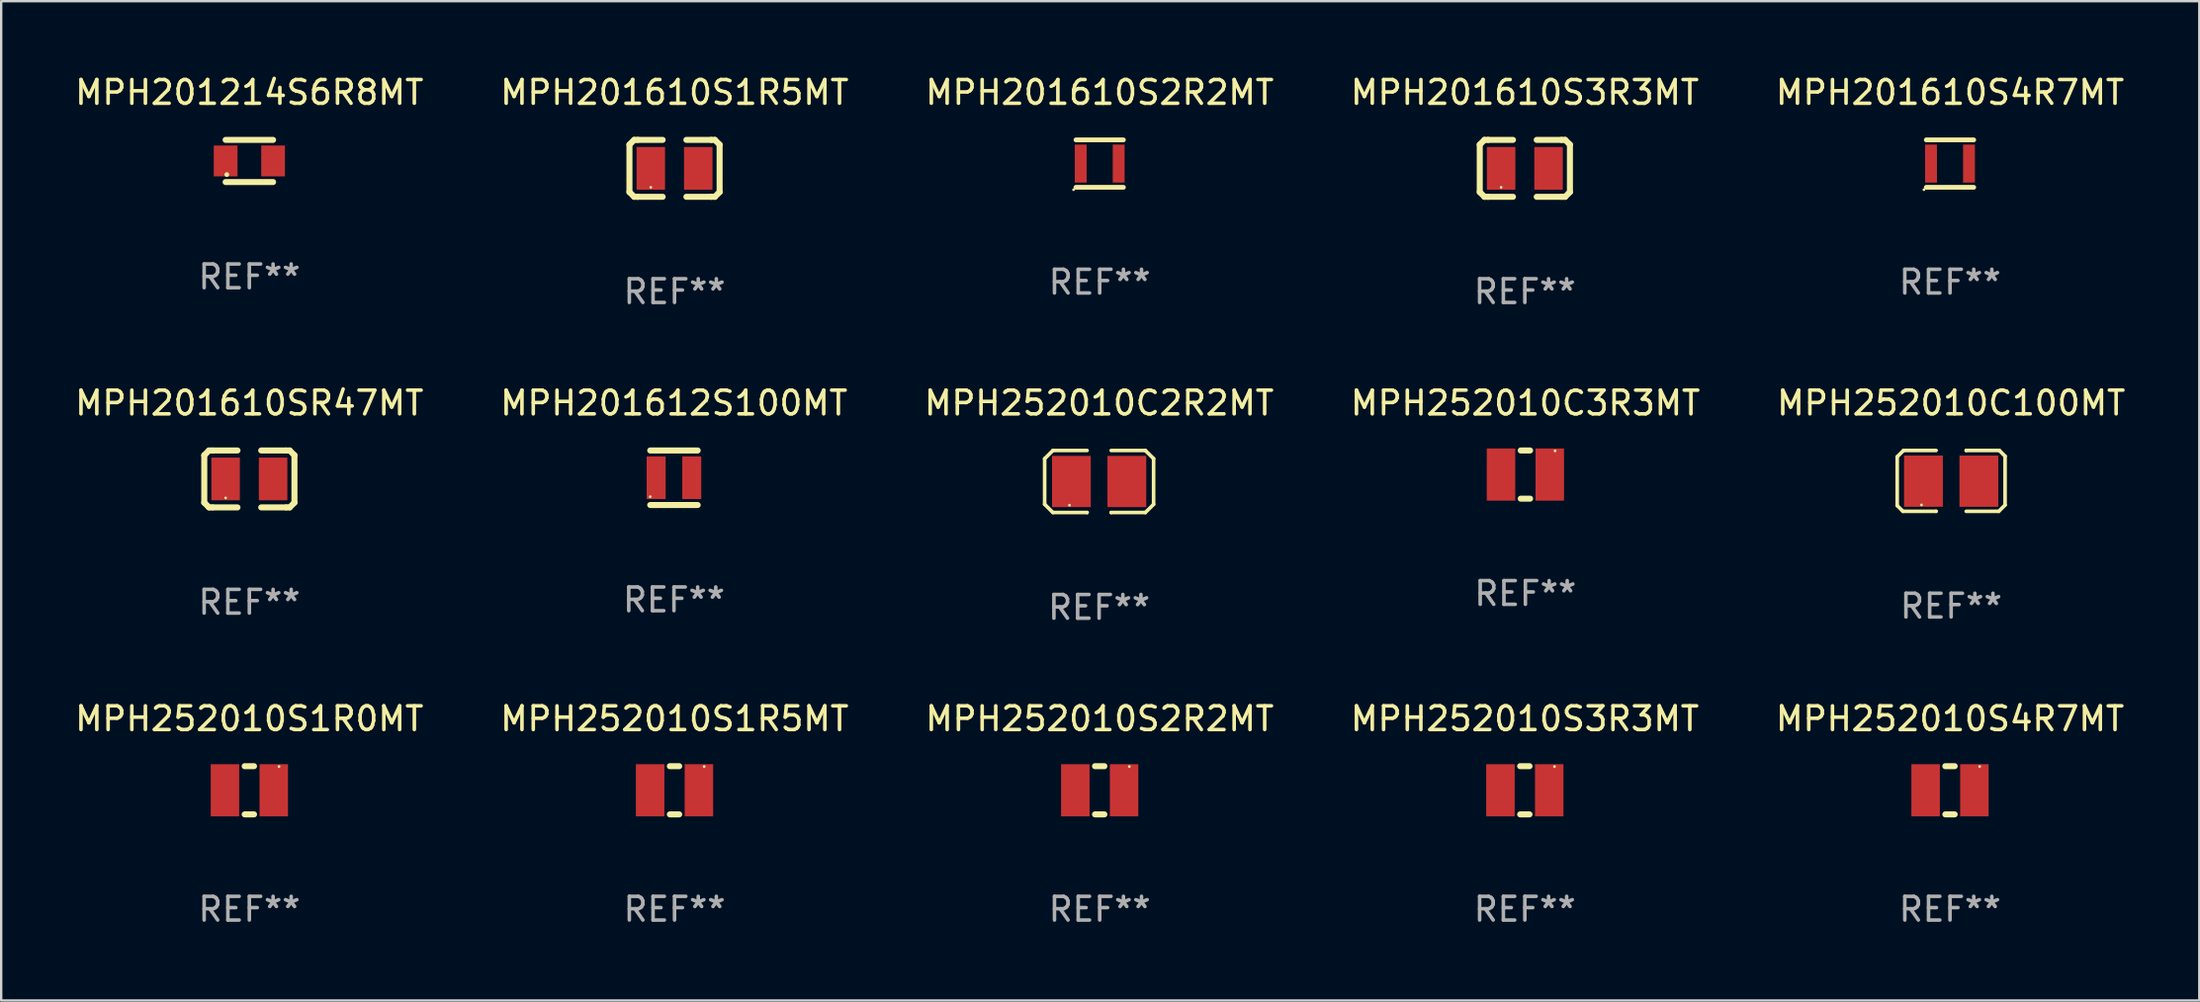
<source format=kicad_pcb>
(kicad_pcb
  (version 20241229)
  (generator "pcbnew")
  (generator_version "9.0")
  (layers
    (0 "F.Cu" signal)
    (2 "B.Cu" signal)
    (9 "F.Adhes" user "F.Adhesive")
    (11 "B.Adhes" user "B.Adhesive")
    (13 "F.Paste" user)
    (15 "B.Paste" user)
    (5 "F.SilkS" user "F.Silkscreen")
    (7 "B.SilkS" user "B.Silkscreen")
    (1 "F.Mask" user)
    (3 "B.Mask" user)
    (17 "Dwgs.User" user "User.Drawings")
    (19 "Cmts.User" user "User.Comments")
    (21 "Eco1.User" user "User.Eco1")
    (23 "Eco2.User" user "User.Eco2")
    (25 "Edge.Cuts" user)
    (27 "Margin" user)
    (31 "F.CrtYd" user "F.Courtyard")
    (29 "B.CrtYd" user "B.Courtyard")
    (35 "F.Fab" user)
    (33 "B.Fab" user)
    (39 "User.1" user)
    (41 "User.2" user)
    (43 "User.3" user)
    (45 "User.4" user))
  (footprint "MPH252010S1R0MT"
    (layer "F.Cu")
    (at 7.458 30.273)
    (property "Reference" "MPH252010S1R0MT" (at 0 -3.016 0) (layer "F.SilkS") (effects (font (size 1 1) (thickness 0.15))))
    (attr through_hole)
    (fp_line (start -0.197 1.016) (end 0.197 1.016) (stroke (width 0.254) (type solid)) (layer "F.SilkS"))
    (fp_line (start 0.197 -1.016) (end -0.197 -1.016) (stroke (width 0.254) (type solid)) (layer "F.SilkS"))
    (fp_circle (center 1.25 -1) (end 1.28 -1) (stroke (width 0.06) (type solid)) (fill no) (layer "F.SilkS"))
    (fp_text user "REF**" (at 0 5.016 0) (layer "F.Fab") (effects (font (size 1 1) (thickness 0.15))))
    (pad "1" smd rect (at 1.028 0) (size 1.2 2.2) (layers "F.Cu" "F.Mask" "F.Paste"))
    (pad "2" smd rect (at -1.028 0) (size 1.2 2.2) (layers "F.Cu" "F.Mask" "F.Paste")))
  (footprint "MPH201610SR47MT"
    (layer "F.Cu")
    (at 7.458 17.145)
    (property "Reference" "MPH201610SR47MT" (at 0 -3.2 0) (layer "F.SilkS") (effects (font (size 1 1) (thickness 0.15))))
    (attr through_hole)
    (fp_line (start -1.9 -1) (end -1.9 1) (stroke (width 0.254) (type solid)) (layer "F.SilkS"))
    (fp_line (start -1.7 -1.2) (end -1.9 -1) (stroke (width 0.254) (type solid)) (layer "F.SilkS"))
    (fp_line (start -1.7 1.2) (end -1.9 1) (stroke (width 0.254) (type solid)) (layer "F.SilkS"))
    (fp_line (start -1.55 -1.2) (end -1.7 -1.2) (stroke (width 0.254) (type solid)) (layer "F.SilkS"))
    (fp_line (start -1.55 1.2) (end -1.7 1.2) (stroke (width 0.254) (type solid)) (layer "F.SilkS"))
    (fp_line (start -0.5 -1.2) (end -1.55 -1.2) (stroke (width 0.254) (type solid)) (layer "F.SilkS"))
    (fp_line (start -0.5 1.2) (end -1.55 1.2) (stroke (width 0.254) (type solid)) (layer "F.SilkS"))
    (fp_line (start 0.5 -1.2) (end 1.55 -1.2) (stroke (width 0.254) (type solid)) (layer "F.SilkS"))
    (fp_line (start 0.5 1.2) (end 1.55 1.2) (stroke (width 0.254) (type solid)) (layer "F.SilkS"))
    (fp_line (start 1.55 -1.2) (end 1.7 -1.2) (stroke (width 0.254) (type solid)) (layer "F.SilkS"))
    (fp_line (start 1.55 1.2) (end 1.7 1.2) (stroke (width 0.254) (type solid)) (layer "F.SilkS"))
    (fp_line (start 1.7 -1.2) (end 1.9 -1) (stroke (width 0.254) (type solid)) (layer "F.SilkS"))
    (fp_line (start 1.7 1.2) (end 1.9 1) (stroke (width 0.254) (type solid)) (layer "F.SilkS"))
    (fp_line (start 1.9 -1) (end 1.9 1) (stroke (width 0.254) (type solid)) (layer "F.SilkS"))
    (fp_circle (center -1 0.8) (end -0.97 0.8) (stroke (width 0.06) (type solid)) (fill no) (layer "F.SilkS"))
    (fp_text user "REF**" (at 0 5.2 0) (layer "F.Fab") (effects (font (size 1 1) (thickness 0.15))))
    (pad "1" smd rect (at -1 0) (size 1.2 1.8) (layers "F.Cu" "F.Mask" "F.Paste"))
    (pad "2" smd rect (at 1 0) (size 1.2 1.8) (layers "F.Cu" "F.Mask" "F.Paste")))
  (footprint "MPH201612S100MT"
    (layer "F.Cu")
    (at 25.351 17.095)
    (property "Reference" "MPH201612S100MT" (at 0 -3.15 0) (layer "F.SilkS") (effects (font (size 1 1) (thickness 0.15))))
    (attr through_hole)
    (fp_line (start -1 -1.15) (end 1 -1.15) (stroke (width 0.254) (type solid)) (layer "F.SilkS"))
    (fp_line (start 1 1.15) (end -1 1.15) (stroke (width 0.254) (type solid)) (layer "F.SilkS"))
    (fp_circle (center -1 0.8) (end -0.97 0.8) (stroke (width 0.06) (type solid)) (fill no) (layer "F.SilkS"))
    (fp_text user "REF**" (at 0 5.15 0) (layer "F.Fab") (effects (font (size 1 1) (thickness 0.15))))
    (pad "1" smd rect (at -0.75 0 90) (size 1.8 0.8) (layers "F.Cu" "F.Mask" "F.Paste"))
    (pad "2" smd rect (at 0.75 0 90) (size 1.8 0.8) (layers "F.Cu" "F.Mask" "F.Paste")))
  (footprint "MPH201610S2R2MT"
    (layer "F.Cu")
    (at 43.292 3.848)
    (property "Reference" "MPH201610S2R2MT" (at 0 -3 0) (layer "F.SilkS") (effects (font (size 1 1) (thickness 0.15))))
    (attr through_hole)
    (fp_line (start -1 -1) (end 1 -1) (stroke (width 0.2) (type solid)) (layer "F.SilkS"))
    (fp_line (start -1 1) (end 1 1) (stroke (width 0.2) (type solid)) (layer "F.SilkS"))
    (fp_circle (center -1.1 1.1) (end -1.07 1.1) (stroke (width 0.06) (type solid)) (fill no) (layer "F.SilkS"))
    (fp_text user "REF**" (at 0 5 0) (layer "F.Fab") (effects (font (size 1 1) (thickness 0.15))))
    (pad "1" smd rect (at -0.8 0) (size 0.5 1.6) (layers "F.Cu" "F.Mask" "F.Paste"))
    (pad "2" smd rect (at 0.8 0) (size 0.5 1.6) (layers "F.Cu" "F.Mask" "F.Paste")))
  (footprint "MPH201610S1R5MT"
    (layer "F.Cu")
    (at 25.375 4.048)
    (property "Reference" "MPH201610S1R5MT" (at 0 -3.2 0) (layer "F.SilkS") (effects (font (size 1 1) (thickness 0.15))))
    (attr through_hole)
    (fp_line (start -1.9 -1) (end -1.9 1) (stroke (width 0.254) (type solid)) (layer "F.SilkS"))
    (fp_line (start -1.7 -1.2) (end -1.9 -1) (stroke (width 0.254) (type solid)) (layer "F.SilkS"))
    (fp_line (start -1.7 1.2) (end -1.9 1) (stroke (width 0.254) (type solid)) (layer "F.SilkS"))
    (fp_line (start -1.55 -1.2) (end -1.7 -1.2) (stroke (width 0.254) (type solid)) (layer "F.SilkS"))
    (fp_line (start -1.55 1.2) (end -1.7 1.2) (stroke (width 0.254) (type solid)) (layer "F.SilkS"))
    (fp_line (start -0.5 -1.2) (end -1.55 -1.2) (stroke (width 0.254) (type solid)) (layer "F.SilkS"))
    (fp_line (start -0.5 1.2) (end -1.55 1.2) (stroke (width 0.254) (type solid)) (layer "F.SilkS"))
    (fp_line (start 0.5 -1.2) (end 1.55 -1.2) (stroke (width 0.254) (type solid)) (layer "F.SilkS"))
    (fp_line (start 0.5 1.2) (end 1.55 1.2) (stroke (width 0.254) (type solid)) (layer "F.SilkS"))
    (fp_line (start 1.55 -1.2) (end 1.7 -1.2) (stroke (width 0.254) (type solid)) (layer "F.SilkS"))
    (fp_line (start 1.55 1.2) (end 1.7 1.2) (stroke (width 0.254) (type solid)) (layer "F.SilkS"))
    (fp_line (start 1.7 -1.2) (end 1.9 -1) (stroke (width 0.254) (type solid)) (layer "F.SilkS"))
    (fp_line (start 1.7 1.2) (end 1.9 1) (stroke (width 0.254) (type solid)) (layer "F.SilkS"))
    (fp_line (start 1.9 -1) (end 1.9 1) (stroke (width 0.254) (type solid)) (layer "F.SilkS"))
    (fp_circle (center -1 0.8) (end -0.97 0.8) (stroke (width 0.06) (type solid)) (fill no) (layer "F.SilkS"))
    (fp_text user "REF**" (at 0 5.2 0) (layer "F.Fab") (effects (font (size 1 1) (thickness 0.15))))
    (pad "1" smd rect (at -1 0) (size 1.2 1.8) (layers "F.Cu" "F.Mask" "F.Paste"))
    (pad "2" smd rect (at 1 0) (size 1.2 1.8) (layers "F.Cu" "F.Mask" "F.Paste")))
  (footprint "MPH252010S3R3MT"
    (layer "F.Cu")
    (at 61.208 30.273)
    (property "Reference" "MPH252010S3R3MT" (at 0 -3.016 0) (layer "F.SilkS") (effects (font (size 1 1) (thickness 0.15))))
    (attr through_hole)
    (fp_line (start -0.197 1.016) (end 0.197 1.016) (stroke (width 0.254) (type solid)) (layer "F.SilkS"))
    (fp_line (start 0.197 -1.016) (end -0.197 -1.016) (stroke (width 0.254) (type solid)) (layer "F.SilkS"))
    (fp_circle (center 1.25 -1) (end 1.28 -1) (stroke (width 0.06) (type solid)) (fill no) (layer "F.SilkS"))
    (fp_text user "REF**" (at 0 5.016 0) (layer "F.Fab") (effects (font (size 1 1) (thickness 0.15))))
    (pad "1" smd rect (at 1.028 0) (size 1.2 2.2) (layers "F.Cu" "F.Mask" "F.Paste"))
    (pad "2" smd rect (at -1.028 0) (size 1.2 2.2) (layers "F.Cu" "F.Mask" "F.Paste")))
  (footprint "MPH252010C100MT"
    (layer "F.Cu")
    (at 79.173 17.227)
    (property "Reference" "MPH252010C100MT" (at 0 -3.283 0) (layer "F.SilkS") (effects (font (size 1 1) (thickness 0.15))))
    (attr through_hole)
    (fp_line (start -2.273 -1.016) (end -2.007 -1.283) (stroke (width 0.152) (type solid)) (layer "F.SilkS"))
    (fp_line (start -2.273 1.041) (end -2.273 -1.016) (stroke (width 0.152) (type solid)) (layer "F.SilkS"))
    (fp_line (start -2.032 1.283) (end -2.273 1.041) (stroke (width 0.152) (type solid)) (layer "F.SilkS"))
    (fp_line (start -2.007 -1.283) (end -0.635 -1.283) (stroke (width 0.152) (type solid)) (layer "F.SilkS"))
    (fp_line (start -0.635 1.283) (end -2.032 1.283) (stroke (width 0.152) (type solid)) (layer "F.SilkS"))
    (fp_line (start -0.635 1.283) (end -0.635 1.283) (stroke (width 0.152) (type solid)) (layer "F.SilkS"))
    (fp_line (start 0.635 -1.283) (end 0.635 -1.283) (stroke (width 0.152) (type solid)) (layer "F.SilkS"))
    (fp_line (start 0.635 -1.283) (end 2.032 -1.283) (stroke (width 0.152) (type solid)) (layer "F.SilkS"))
    (fp_line (start 2.007 1.283) (end 0.635 1.283) (stroke (width 0.152) (type solid)) (layer "F.SilkS"))
    (fp_line (start 2.032 -1.283) (end 2.273 -1.041) (stroke (width 0.152) (type solid)) (layer "F.SilkS"))
    (fp_line (start 2.273 -1.041) (end 2.273 1.016) (stroke (width 0.152) (type solid)) (layer "F.SilkS"))
    (fp_line (start 2.273 1.016) (end 2.007 1.283) (stroke (width 0.152) (type solid)) (layer "F.SilkS"))
    (fp_circle (center -1.25 1.013) (end -1.22 1.013) (stroke (width 0.06) (type solid)) (fill no) (layer "F.SilkS"))
    (fp_text user "REF**" (at 0 5.283 0) (layer "F.Fab") (effects (font (size 1 1) (thickness 0.15))))
    (pad "1" smd rect (at -1.167 0.013) (size 1.635 2.16) (layers "F.Cu" "F.Mask" "F.Paste"))
    (pad "2" smd rect (at 1.168 0.013) (size 1.635 2.16) (layers "F.Cu" "F.Mask" "F.Paste")))
  (footprint "MPH201214S6R8MT"
    (layer "F.Cu")
    (at 7.458 3.737)
    (property "Reference" "MPH201214S6R8MT" (at 0 -2.889 0) (layer "F.SilkS") (effects (font (size 1 1) (thickness 0.15))))
    (attr through_hole)
    (fp_line (start -1 -0.889) (end 1 -0.889) (stroke (width 0.254) (type solid)) (layer "F.SilkS"))
    (fp_line (start -1 0.889) (end 1 0.889) (stroke (width 0.254) (type solid)) (layer "F.SilkS"))
    (fp_circle (center -0.95 0.575) (end -0.9 0.575) (stroke (width 0.1) (type solid)) (fill no) (layer "F.SilkS"))
    (fp_text user "REF**" (at 0 4.889 0) (layer "F.Fab") (effects (font (size 1 1) (thickness 0.15))))
    (pad "1" smd rect (at -1 0) (size 1 1.3) (layers "F.Cu" "F.Mask" "F.Paste"))
    (pad "2" smd rect (at 1 0) (size 1 1.3) (layers "F.Cu" "F.Mask" "F.Paste")))
  (footprint "MPH252010C2R2MT"
    (layer "F.Cu")
    (at 43.268 17.253)
    (property "Reference" "MPH252010C2R2MT" (at 0 -3.308 0) (layer "F.SilkS") (effects (font (size 1 1) (thickness 0.15))))
    (attr through_hole)
    (fp_line (start -2.296 -0.96) (end -1.948 -1.308) (stroke (width 0.152) (type solid)) (layer "F.SilkS"))
    (fp_line (start -2.296 0.96) (end -2.296 -0.96) (stroke (width 0.152) (type solid)) (layer "F.SilkS"))
    (fp_line (start -1.948 -1.308) (end -0.508 -1.308) (stroke (width 0.152) (type solid)) (layer "F.SilkS"))
    (fp_line (start -1.948 1.308) (end -2.296 0.96) (stroke (width 0.152) (type solid)) (layer "F.SilkS"))
    (fp_line (start -0.508 1.308) (end -1.948 1.308) (stroke (width 0.152) (type solid)) (layer "F.SilkS"))
    (fp_line (start -0.508 1.308) (end -0.508 1.308) (stroke (width 0.152) (type solid)) (layer "F.SilkS"))
    (fp_line (start 0.508 1.308) (end 0.508 1.308) (stroke (width 0.152) (type solid)) (layer "F.SilkS"))
    (fp_line (start 0.508 1.308) (end 1.948 1.308) (stroke (width 0.152) (type solid)) (layer "F.SilkS"))
    (fp_line (start 1.948 -1.308) (end 0.508 -1.308) (stroke (width 0.152) (type solid)) (layer "F.SilkS"))
    (fp_line (start 1.948 1.308) (end 2.296 0.963) (stroke (width 0.152) (type solid)) (layer "F.SilkS"))
    (fp_line (start 2.296 -0.963) (end 1.948 -1.308) (stroke (width 0.152) (type solid)) (layer "F.SilkS"))
    (fp_line (start 2.296 0.963) (end 2.296 -0.963) (stroke (width 0.152) (type solid)) (layer "F.SilkS"))
    (fp_circle (center -1.25 1) (end -1.22 1) (stroke (width 0.06) (type solid)) (fill no) (layer "F.SilkS"))
    (fp_text user "REF**" (at 0 5.308 0) (layer "F.Fab") (effects (font (size 1 1) (thickness 0.15))))
    (pad "1" smd rect (at -1.168 0.000025) (size 1.635 2.16) (layers "F.Cu" "F.Mask" "F.Paste"))
    (pad "2" smd rect (at 1.168 0.000025) (size 1.635 2.16) (layers "F.Cu" "F.Mask" "F.Paste")))
  (footprint "MPH252010S2R2MT"
    (layer "F.Cu")
    (at 43.292 30.273)
    (property "Reference" "MPH252010S2R2MT" (at 0 -3.016 0) (layer "F.SilkS") (effects (font (size 1 1) (thickness 0.15))))
    (attr through_hole)
    (fp_line (start -0.197 1.016) (end 0.197 1.016) (stroke (width 0.254) (type solid)) (layer "F.SilkS"))
    (fp_line (start 0.197 -1.016) (end -0.197 -1.016) (stroke (width 0.254) (type solid)) (layer "F.SilkS"))
    (fp_circle (center 1.25 -1) (end 1.28 -1) (stroke (width 0.06) (type solid)) (fill no) (layer "F.SilkS"))
    (fp_text user "REF**" (at 0 5.016 0) (layer "F.Fab") (effects (font (size 1 1) (thickness 0.15))))
    (pad "1" smd rect (at 1.028 0) (size 1.2 2.2) (layers "F.Cu" "F.Mask" "F.Paste"))
    (pad "2" smd rect (at -1.028 0) (size 1.2 2.2) (layers "F.Cu" "F.Mask" "F.Paste")))
  (footprint "MPH201610S3R3MT"
    (layer "F.Cu")
    (at 61.208 4.048)
    (property "Reference" "MPH201610S3R3MT" (at 0 -3.2 0) (layer "F.SilkS") (effects (font (size 1 1) (thickness 0.15))))
    (attr through_hole)
    (fp_line (start -1.9 -1) (end -1.9 1) (stroke (width 0.254) (type solid)) (layer "F.SilkS"))
    (fp_line (start -1.7 -1.2) (end -1.9 -1) (stroke (width 0.254) (type solid)) (layer "F.SilkS"))
    (fp_line (start -1.7 1.2) (end -1.9 1) (stroke (width 0.254) (type solid)) (layer "F.SilkS"))
    (fp_line (start -1.55 -1.2) (end -1.7 -1.2) (stroke (width 0.254) (type solid)) (layer "F.SilkS"))
    (fp_line (start -1.55 1.2) (end -1.7 1.2) (stroke (width 0.254) (type solid)) (layer "F.SilkS"))
    (fp_line (start -0.5 -1.2) (end -1.55 -1.2) (stroke (width 0.254) (type solid)) (layer "F.SilkS"))
    (fp_line (start -0.5 1.2) (end -1.55 1.2) (stroke (width 0.254) (type solid)) (layer "F.SilkS"))
    (fp_line (start 0.5 -1.2) (end 1.55 -1.2) (stroke (width 0.254) (type solid)) (layer "F.SilkS"))
    (fp_line (start 0.5 1.2) (end 1.55 1.2) (stroke (width 0.254) (type solid)) (layer "F.SilkS"))
    (fp_line (start 1.55 -1.2) (end 1.7 -1.2) (stroke (width 0.254) (type solid)) (layer "F.SilkS"))
    (fp_line (start 1.55 1.2) (end 1.7 1.2) (stroke (width 0.254) (type solid)) (layer "F.SilkS"))
    (fp_line (start 1.7 -1.2) (end 1.9 -1) (stroke (width 0.254) (type solid)) (layer "F.SilkS"))
    (fp_line (start 1.7 1.2) (end 1.9 1) (stroke (width 0.254) (type solid)) (layer "F.SilkS"))
    (fp_line (start 1.9 -1) (end 1.9 1) (stroke (width 0.254) (type solid)) (layer "F.SilkS"))
    (fp_circle (center -1 0.8) (end -0.97 0.8) (stroke (width 0.06) (type solid)) (fill no) (layer "F.SilkS"))
    (fp_text user "REF**" (at 0 5.2 0) (layer "F.Fab") (effects (font (size 1 1) (thickness 0.15))))
    (pad "1" smd rect (at -1 0) (size 1.2 1.8) (layers "F.Cu" "F.Mask" "F.Paste"))
    (pad "2" smd rect (at 1 0) (size 1.2 1.8) (layers "F.Cu" "F.Mask" "F.Paste")))
  (footprint "MPH252010S4R7MT"
    (layer "F.Cu")
    (at 79.125 30.273)
    (property "Reference" "MPH252010S4R7MT" (at 0 -3.016 0) (layer "F.SilkS") (effects (font (size 1 1) (thickness 0.15))))
    (attr through_hole)
    (fp_line (start -0.197 1.016) (end 0.197 1.016) (stroke (width 0.254) (type solid)) (layer "F.SilkS"))
    (fp_line (start 0.197 -1.016) (end -0.197 -1.016) (stroke (width 0.254) (type solid)) (layer "F.SilkS"))
    (fp_circle (center 1.25 -1) (end 1.28 -1) (stroke (width 0.06) (type solid)) (fill no) (layer "F.SilkS"))
    (fp_text user "REF**" (at 0 5.016 0) (layer "F.Fab") (effects (font (size 1 1) (thickness 0.15))))
    (pad "1" smd rect (at 1.028 0) (size 1.2 2.2) (layers "F.Cu" "F.Mask" "F.Paste"))
    (pad "2" smd rect (at -1.028 0) (size 1.2 2.2) (layers "F.Cu" "F.Mask" "F.Paste")))
  (footprint "MPH201610S4R7MT"
    (layer "F.Cu")
    (at 79.125 3.848)
    (property "Reference" "MPH201610S4R7MT" (at 0 -3 0) (layer "F.SilkS") (effects (font (size 1 1) (thickness 0.15))))
    (attr through_hole)
    (fp_line (start -1 -1) (end 1 -1) (stroke (width 0.2) (type solid)) (layer "F.SilkS"))
    (fp_line (start -1 1) (end 1 1) (stroke (width 0.2) (type solid)) (layer "F.SilkS"))
    (fp_circle (center -1.1 1.1) (end -1.07 1.1) (stroke (width 0.06) (type solid)) (fill no) (layer "F.SilkS"))
    (fp_text user "REF**" (at 0 5 0) (layer "F.Fab") (effects (font (size 1 1) (thickness 0.15))))
    (pad "1" smd rect (at -0.8 0) (size 0.5 1.6) (layers "F.Cu" "F.Mask" "F.Paste"))
    (pad "2" smd rect (at 0.8 0) (size 0.5 1.6) (layers "F.Cu" "F.Mask" "F.Paste")))
  (footprint "MPH252010C3R3MT"
    (layer "F.Cu")
    (at 61.232 16.961)
    (property "Reference" "MPH252010C3R3MT" (at 0 -3.016 0) (layer "F.SilkS") (effects (font (size 1 1) (thickness 0.15))))
    (attr through_hole)
    (fp_line (start -0.197 1.016) (end 0.197 1.016) (stroke (width 0.254) (type solid)) (layer "F.SilkS"))
    (fp_line (start 0.197 -1.016) (end -0.197 -1.016) (stroke (width 0.254) (type solid)) (layer "F.SilkS"))
    (fp_circle (center 1.25 -1) (end 1.28 -1) (stroke (width 0.06) (type solid)) (fill no) (layer "F.SilkS"))
    (fp_text user "REF**" (at 0 5.016 0) (layer "F.Fab") (effects (font (size 1 1) (thickness 0.15))))
    (pad "1" smd rect (at 1.028 0) (size 1.2 2.2) (layers "F.Cu" "F.Mask" "F.Paste"))
    (pad "2" smd rect (at -1.028 0) (size 1.2 2.2) (layers "F.Cu" "F.Mask" "F.Paste")))
  (footprint "MPH252010S1R5MT"
    (layer "F.Cu")
    (at 25.375 30.273)
    (property "Reference" "MPH252010S1R5MT" (at 0 -3.016 0) (layer "F.SilkS") (effects (font (size 1 1) (thickness 0.15))))
    (attr through_hole)
    (fp_line (start -0.197 1.016) (end 0.197 1.016) (stroke (width 0.254) (type solid)) (layer "F.SilkS"))
    (fp_line (start 0.197 -1.016) (end -0.197 -1.016) (stroke (width 0.254) (type solid)) (layer "F.SilkS"))
    (fp_circle (center 1.25 -1) (end 1.28 -1) (stroke (width 0.06) (type solid)) (fill no) (layer "F.SilkS"))
    (fp_text user "REF**" (at 0 5.016 0) (layer "F.Fab") (effects (font (size 1 1) (thickness 0.15))))
    (pad "1" smd rect (at 1.028 0) (size 1.2 2.2) (layers "F.Cu" "F.Mask" "F.Paste"))
    (pad "2" smd rect (at -1.028 0) (size 1.2 2.2) (layers "F.Cu" "F.Mask" "F.Paste")))
  (gr_rect
    (start -3 -3)
    (end 89.631 39.138)
    (stroke (width 0.1) (type default))
    (fill no)
    (layer "Edge.Cuts")))
</source>
